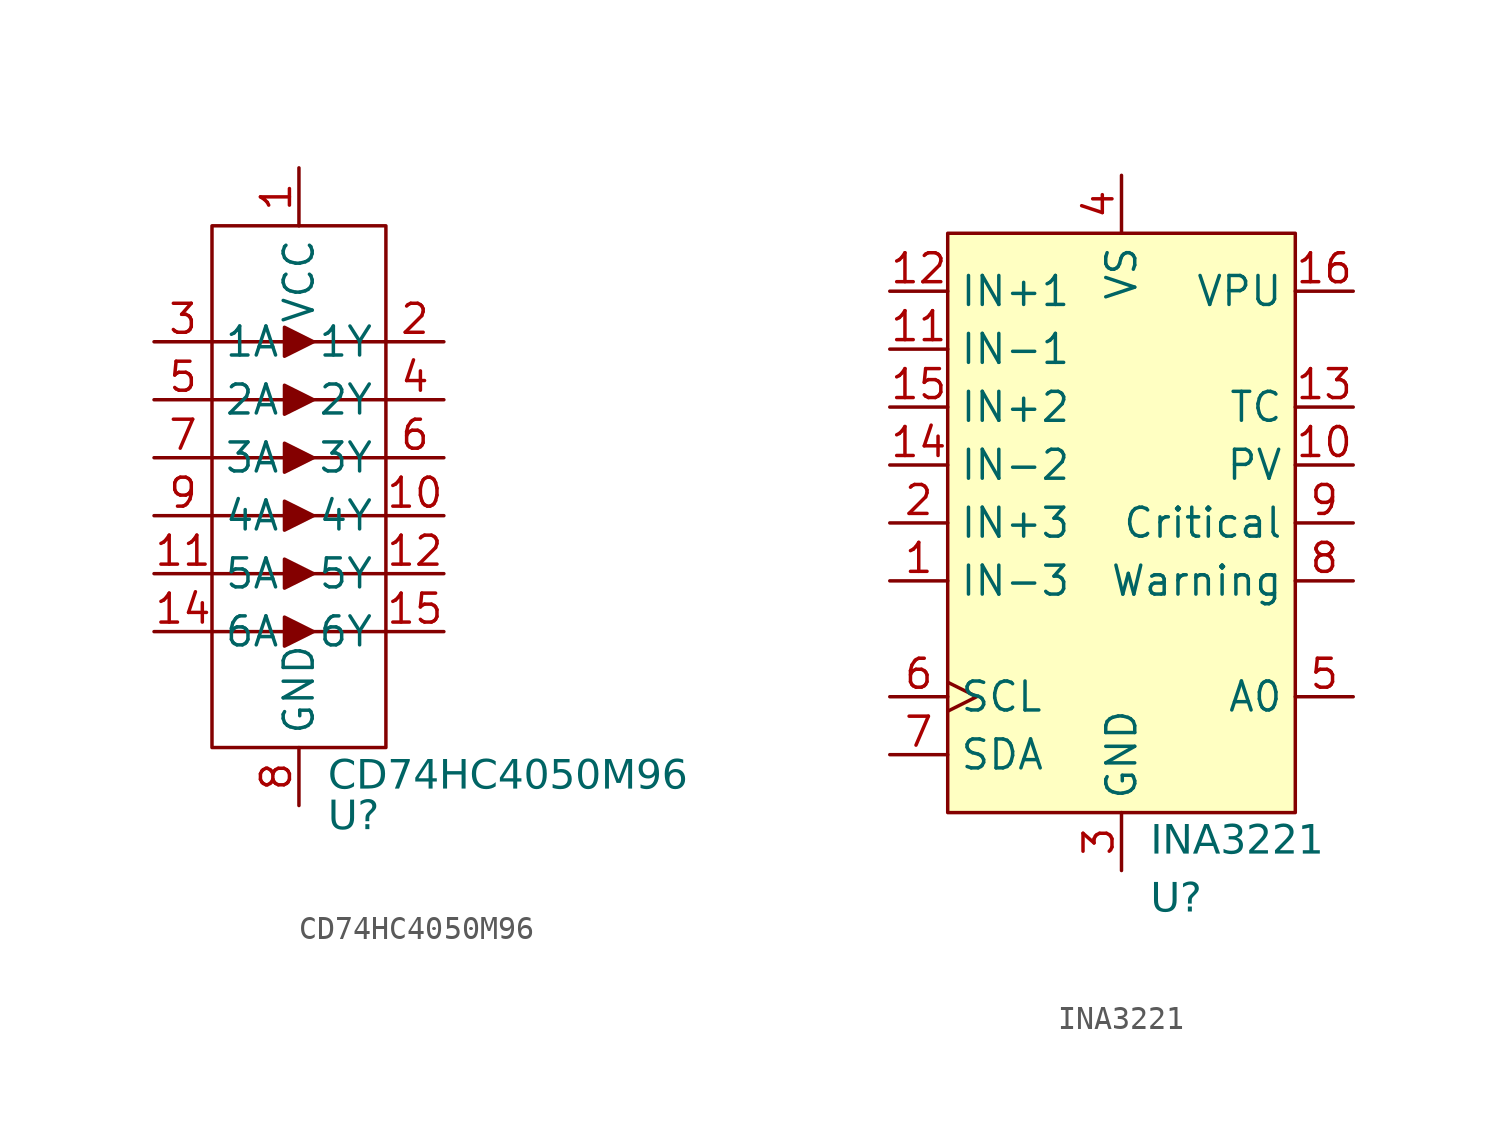
<source format=kicad_sym>
(kicad_symbol_lib
  (version 20231120)
  (generator "kicad_symbol_editor")
  (generator_version "8.0")
  (symbol "CD74HC4050M96"
    (property "Reference" "U"
      (at 1.27 -14.478 0)
      (effects (font (face "Bahnschrift") (size 1.27 1.27)) (justify left)))
    (property "Value" "CD74HC4050M96"
      (at 1.27 -12.7 0)
      (effects (font (face "Bahnschrift") (size 1.27 1.27)) (justify left)))
    (symbol "CD74HC4050M96_0_1"
      (rectangle (start -3.81 11.43) (end 3.81 -11.43) (stroke (width 0) (type default)) (fill (type none)))
      (polyline (pts (xy -3.81 -6.35) (xy 3.81 -6.35)) (stroke (width 0) (type default)) (fill (type none)))
      (polyline (pts (xy -3.81 -3.81) (xy 3.81 -3.81)) (stroke (width 0) (type default)) (fill (type none)))
      (polyline (pts (xy -3.81 -1.27) (xy 3.81 -1.27)) (stroke (width 0) (type default)) (fill (type none)))
      (polyline (pts (xy -3.81 1.27) (xy 3.81 1.27)) (stroke (width 0) (type default)) (fill (type none)))
      (polyline (pts (xy -3.81 3.81) (xy 3.81 3.81)) (stroke (width 0) (type default)) (fill (type none)))
      (polyline (pts (xy -3.81 6.35) (xy 3.81 6.35)) (stroke (width 0) (type default)) (fill (type none)))
      (polyline (pts (xy -0.635 -6.985) (xy -0.635 -5.715) (xy 0.635 -6.35) (xy -0.635 -6.985)) (stroke (width 0) (type default)) (fill (type outline)))
      (polyline (pts (xy -0.635 -4.445) (xy -0.635 -3.175) (xy 0.635 -3.81) (xy -0.635 -4.445)) (stroke (width 0) (type default)) (fill (type outline)))
      (polyline (pts (xy -0.635 -1.905) (xy -0.635 -0.635) (xy 0.635 -1.27) (xy -0.635 -1.905)) (stroke (width 0) (type default)) (fill (type outline)))
      (polyline (pts (xy -0.635 0.635) (xy -0.635 1.905) (xy 0.635 1.27) (xy -0.635 0.635)) (stroke (width 0) (type default)) (fill (type outline)))
      (polyline (pts (xy -0.635 3.175) (xy -0.635 4.445) (xy 0.635 3.81) (xy -0.635 3.175)) (stroke (width 0) (type default)) (fill (type outline)))
      (polyline (pts (xy -0.635 5.715) (xy -0.635 6.985) (xy 0.635 6.35) (xy -0.635 5.715)) (stroke (width 0) (type default)) (fill (type outline))))
    (symbol "CD74HC4050M96_1_1"
      (pin power_in line (at 0 13.97 270) (length 2.54) (name "VCC" (effects (font (size 1.27 1.27)))) (number "1" (effects (font (size 1.27 1.27)))))
      (pin output line (at 6.35 -1.27 180) (length 2.54) (name "4Y" (effects (font (size 1.27 1.27)))) (number "10" (effects (font (size 1.27 1.27)))))
      (pin input line (at -6.35 -3.81 0) (length 2.54) (name "5A" (effects (font (size 1.27 1.27)))) (number "11" (effects (font (size 1.27 1.27)))))
      (pin output line (at 6.35 -3.81 180) (length 2.54) (name "5Y" (effects (font (size 1.27 1.27)))) (number "12" (effects (font (size 1.27 1.27)))))
      (pin no_connect line (at 6.35 -8.89 180) (length 2.54) hide (name "NC" (effects (font (size 1.27 1.27)))) (number "13" (effects (font (size 1.27 1.27)))))
      (pin input line (at -6.35 -6.35 0) (length 2.54) (name "6A" (effects (font (size 1.27 1.27)))) (number "14" (effects (font (size 1.27 1.27)))))
      (pin output line (at 6.35 -6.35 180) (length 2.54) (name "6Y" (effects (font (size 1.27 1.27)))) (number "15" (effects (font (size 1.27 1.27)))))
      (pin no_connect line (at 6.35 -8.89 180) (length 2.54) hide (name "NC" (effects (font (size 1.27 1.27)))) (number "16" (effects (font (size 1.27 1.27)))))
      (pin output line (at 6.35 6.35 180) (length 2.54) (name "1Y" (effects (font (size 1.27 1.27)))) (number "2" (effects (font (size 1.27 1.27)))))
      (pin input line (at -6.35 6.35 0) (length 2.54) (name "1A" (effects (font (size 1.27 1.27)))) (number "3" (effects (font (size 1.27 1.27)))))
      (pin output line (at 6.35 3.81 180) (length 2.54) (name "2Y" (effects (font (size 1.27 1.27)))) (number "4" (effects (font (size 1.27 1.27)))))
      (pin input line (at -6.35 3.81 0) (length 2.54) (name "2A" (effects (font (size 1.27 1.27)))) (number "5" (effects (font (size 1.27 1.27)))))
      (pin output line (at 6.35 1.27 180) (length 2.54) (name "3Y" (effects (font (size 1.27 1.27)))) (number "6" (effects (font (size 1.27 1.27)))))
      (pin input line (at -6.35 1.27 0) (length 2.54) (name "3A" (effects (font (size 1.27 1.27)))) (number "7" (effects (font (size 1.27 1.27)))))
      (pin passive line (at 0 -13.97 90) (length 2.54) (name "GND" (effects (font (size 1.27 1.27)))) (number "8" (effects (font (size 1.27 1.27)))))
      (pin input line (at -6.35 -1.27 0) (length 2.54) (name "4A" (effects (font (size 1.27 1.27)))) (number "9" (effects (font (size 1.27 1.27)))))))
  (symbol "INA3221"
    (property "Reference" "U"
      (at 1.27 -16.51 0)
      (do_not_autoplace)
      (effects (font (face "Bahnschrift") (size 1.27 1.27)) (justify left)))
    (property "Value" "INA3221"
      (at 1.27 -13.97 0)
      (do_not_autoplace)
      (effects (font (face "Bahnschrift") (size 1.27 1.27)) (justify left)))
    (symbol "INA3221_0_1"
      (rectangle (start -7.62 12.7) (end 7.62 -12.7) (stroke (width 0) (type default)) (fill (type background))))
    (symbol "INA3221_1_1"
      (pin power_out line (at -10.16 -2.54 0) (length 2.54) (name "IN-3" (effects (font (size 1.27 1.27)))) (number "1" (effects (font (size 1.27 1.27)))))
      (pin output line (at 10.16 2.54 180) (length 2.54) (name "PV" (effects (font (size 1.27 1.27)))) (number "10" (effects (font (size 1.27 1.27)))))
      (pin power_out line (at -10.16 7.62 0) (length 2.54) (name "IN-1" (effects (font (size 1.27 1.27)))) (number "11" (effects (font (size 1.27 1.27)))))
      (pin power_in line (at -10.16 10.16 0) (length 2.54) (name "IN+1" (effects (font (size 1.27 1.27)))) (number "12" (effects (font (size 1.27 1.27)))))
      (pin output line (at 10.16 5.08 180) (length 2.54) (name "TC" (effects (font (size 1.27 1.27)))) (number "13" (effects (font (size 1.27 1.27)))))
      (pin power_out line (at -10.16 2.54 0) (length 2.54) (name "IN-2" (effects (font (size 1.27 1.27)))) (number "14" (effects (font (size 1.27 1.27)))))
      (pin power_in line (at -10.16 5.08 0) (length 2.54) (name "IN+2" (effects (font (size 1.27 1.27)))) (number "15" (effects (font (size 1.27 1.27)))))
      (pin input line (at 10.16 10.16 180) (length 2.54) (name "VPU" (effects (font (size 1.27 1.27)))) (number "16" (effects (font (size 1.27 1.27)))))
      (pin power_in line (at -10.16 0 0) (length 2.54) (name "IN+3" (effects (font (size 1.27 1.27)))) (number "2" (effects (font (size 1.27 1.27)))))
      (pin power_in line (at 0 -15.24 90) (length 2.54) (name "GND" (effects (font (size 1.27 1.27)))) (number "3" (effects (font (size 1.27 1.27)))))
      (pin power_in line (at 0 15.24 270) (length 2.54) (name "VS" (effects (font (size 1.27 1.27)))) (number "4" (effects (font (size 1.27 1.27)))))
      (pin input line (at 10.16 -7.62 180) (length 2.54) (name "A0" (effects (font (size 1.27 1.27)))) (number "5" (effects (font (size 1.27 1.27)))))
      (pin input clock (at -10.16 -7.62 0) (length 2.54) (name "SCL" (effects (font (size 1.27 1.27)))) (number "6" (effects (font (size 1.27 1.27)))))
      (pin bidirectional line (at -10.16 -10.16 0) (length 2.54) (name "SDA" (effects (font (size 1.27 1.27)))) (number "7" (effects (font (size 1.27 1.27)))))
      (pin output line (at 10.16 -2.54 180) (length 2.54) (name "Warning" (effects (font (size 1.27 1.27)))) (number "8" (effects (font (size 1.27 1.27)))))
      (pin output line (at 10.16 0 180) (length 2.54) (name "Critical" (effects (font (size 1.27 1.27)))) (number "9" (effects (font (size 1.27 1.27))))))))
</source>
